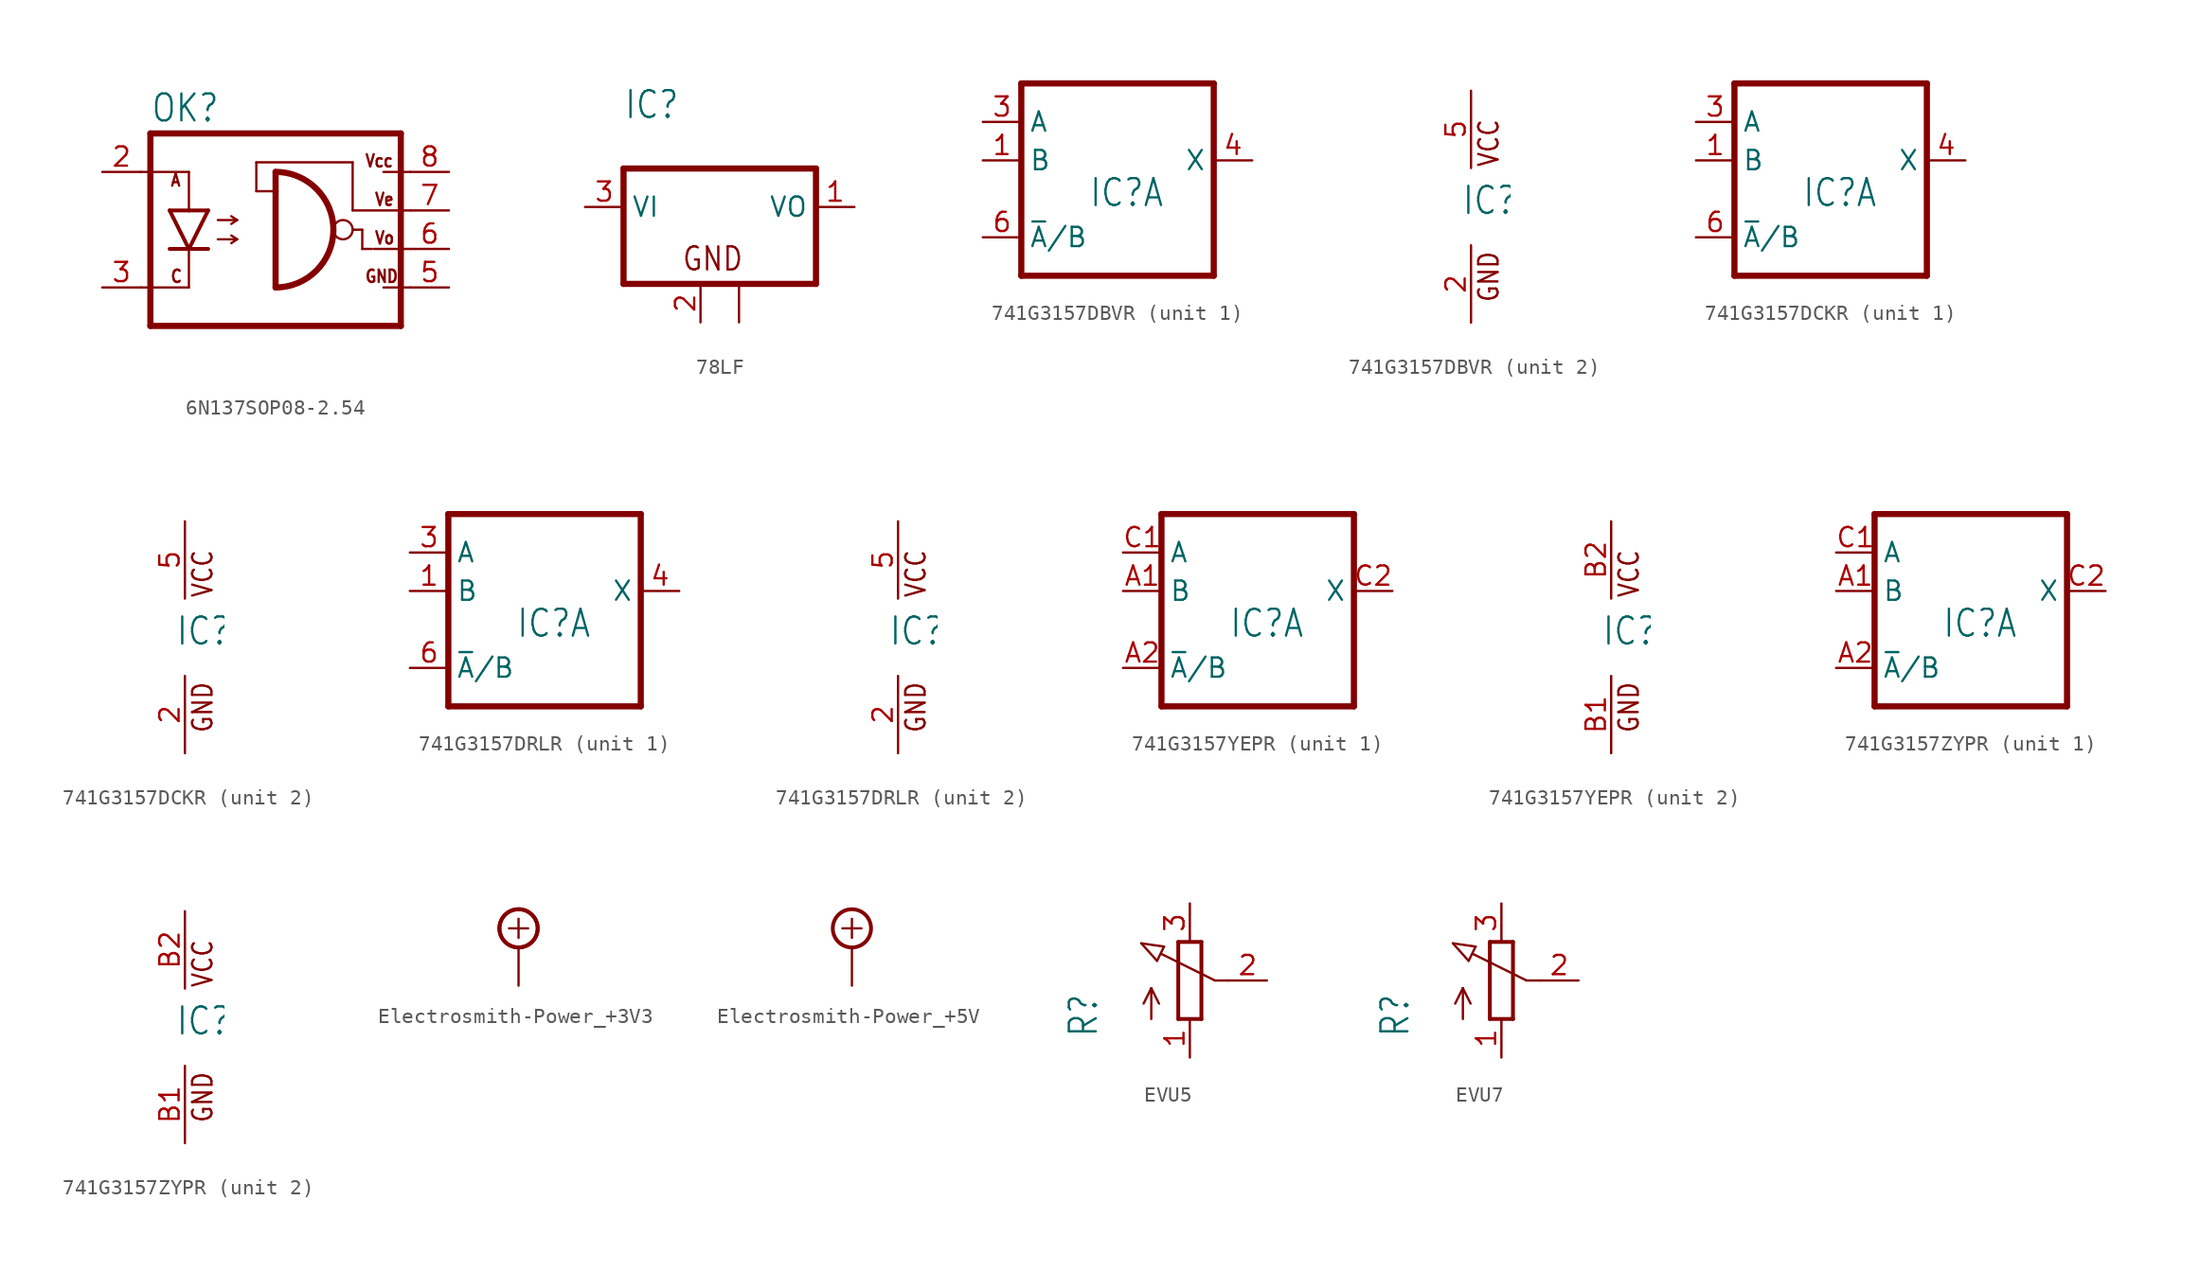
<source format=kicad_sym>
(kicad_symbol_lib
  (version 20231120)
  (generator "kicad_symbol_editor")
  (generator_version "8.0")
  (symbol "6N137SOP08-2.54"
    (property "Reference" "OK"
      (at -9.525 8.255 0)
      (effects (font (size 1.778 1.511)) (justify left bottom)))
    (property "Value" ""
      (at -9.525 -7.62 0)
      (effects (font (size 1.778 1.511)) (justify left bottom)))
    (property "ki_locked" ""
      (at 0 0 0)
      (effects (font (size 1.27 1.27))))
    (symbol "6N137SOP08-2.54_1_0"
      (arc (start -1.27 -2.54) (mid 2.54 1.27) (end -1.27 5.08) (stroke (width 0.4064) (type solid)) (fill (type none)))
      (polyline (pts (xy -10.16 -2.54) (xy -6.985 -2.54)) (stroke (width 0.152) (type solid)) (fill (type none)))
      (polyline (pts (xy -10.16 5.08) (xy -6.985 5.08)) (stroke (width 0.152) (type solid)) (fill (type none)))
      (polyline (pts (xy -9.525 7.62) (xy -9.525 -5.08)) (stroke (width 0.406) (type solid)) (fill (type none)))
      (polyline (pts (xy -6.985 -2.54) (xy -6.985 0)) (stroke (width 0.152) (type solid)) (fill (type none)))
      (polyline (pts (xy -6.985 0) (xy -8.255 0)) (stroke (width 0.254) (type solid)) (fill (type none)))
      (polyline (pts (xy -6.985 0) (xy -8.255 2.54)) (stroke (width 0.254) (type solid)) (fill (type none)))
      (polyline (pts (xy -6.985 2.54) (xy -8.255 2.54)) (stroke (width 0.254) (type solid)) (fill (type none)))
      (polyline (pts (xy -6.985 2.54) (xy -6.985 5.08)) (stroke (width 0.152) (type solid)) (fill (type none)))
      (polyline (pts (xy -5.715 0) (xy -6.985 0)) (stroke (width 0.254) (type solid)) (fill (type none)))
      (polyline (pts (xy -5.715 2.54) (xy -6.985 0)) (stroke (width 0.254) (type solid)) (fill (type none)))
      (polyline (pts (xy -5.715 2.54) (xy -6.985 2.54)) (stroke (width 0.254) (type solid)) (fill (type none)))
      (polyline (pts (xy -5.08 0.635) (xy -3.81 0.635)) (stroke (width 0.152) (type solid)) (fill (type none)))
      (polyline (pts (xy -5.08 1.905) (xy -3.81 1.905)) (stroke (width 0.152) (type solid)) (fill (type none)))
      (polyline (pts (xy -3.81 0.635) (xy -4.191 0.381)) (stroke (width 0.152) (type solid)) (fill (type none)))
      (polyline (pts (xy -3.81 0.635) (xy -4.191 0.889)) (stroke (width 0.152) (type solid)) (fill (type none)))
      (polyline (pts (xy -3.81 1.905) (xy -4.191 1.651)) (stroke (width 0.152) (type solid)) (fill (type none)))
      (polyline (pts (xy -3.81 1.905) (xy -4.191 2.159)) (stroke (width 0.152) (type solid)) (fill (type none)))
      (polyline (pts (xy -2.54 3.81) (xy -2.54 5.715)) (stroke (width 0.152) (type solid)) (fill (type none)))
      (polyline (pts (xy -2.54 5.715) (xy 3.81 5.715)) (stroke (width 0.152) (type solid)) (fill (type none)))
      (polyline (pts (xy -1.27 3.81) (xy -2.54 3.81)) (stroke (width 0.152) (type solid)) (fill (type none)))
      (polyline (pts (xy -1.27 3.81) (xy -1.27 -2.54)) (stroke (width 0.406) (type solid)) (fill (type none)))
      (polyline (pts (xy -1.27 5.08) (xy -1.27 3.81)) (stroke (width 0.406) (type solid)) (fill (type none)))
      (polyline (pts (xy 3.81 1.27) (xy 4.445 1.27)) (stroke (width 0.152) (type solid)) (fill (type none)))
      (polyline (pts (xy 3.81 2.54) (xy 7.62 2.54)) (stroke (width 0.152) (type solid)) (fill (type none)))
      (polyline (pts (xy 3.81 5.715) (xy 3.81 2.54)) (stroke (width 0.152) (type solid)) (fill (type none)))
      (polyline (pts (xy 4.445 0) (xy 5.08 0)) (stroke (width 0.152) (type solid)) (fill (type none)))
      (polyline (pts (xy 4.445 1.27) (xy 4.445 0)) (stroke (width 0.152) (type solid)) (fill (type none)))
      (polyline (pts (xy 5.207 0) (xy 7.62 0)) (stroke (width 0.152) (type solid)) (fill (type none)))
      (polyline (pts (xy 5.842 -2.54) (xy 7.62 -2.54)) (stroke (width 0.152) (type solid)) (fill (type none)))
      (polyline (pts (xy 5.842 5.08) (xy 7.62 5.08)) (stroke (width 0.152) (type solid)) (fill (type none)))
      (polyline (pts (xy 6.985 -5.08) (xy -9.525 -5.08)) (stroke (width 0.406) (type solid)) (fill (type none)))
      (polyline (pts (xy 6.985 7.62) (xy -9.525 7.62)) (stroke (width 0.406) (type solid)) (fill (type none)))
      (polyline (pts (xy 6.985 7.62) (xy 6.985 -5.08)) (stroke (width 0.406) (type solid)) (fill (type none)))
      (circle (center 3.175 1.27) (radius 0.635) (stroke (width 0.152) (type solid)) (fill (type none)))
      (text "A" (at -8.255 4.064 0) (effects (font (size 0.813 0.691)) (justify left bottom)))
      (text "C" (at -8.255 -2.286 0) (effects (font (size 0.813 0.691)) (justify left bottom)))
      (text "GND" (at 4.572 -2.286 0) (effects (font (size 0.813 0.691)) (justify left bottom)))
      (text "Vcc" (at 4.572 5.334 0) (effects (font (size 0.813 0.691)) (justify left bottom)))
      (text "Ve" (at 5.207 2.794 0) (effects (font (size 0.813 0.691)) (justify left bottom)))
      (text "Vo" (at 5.207 0.254 0) (effects (font (size 0.813 0.691)) (justify left bottom)))
      (pin passive line (at -12.7 5.08 0) (length 2.54) (name "A" (effects (font (size 0 0)))) (number "2" (effects (font (size 1.27 1.27)))))
      (pin passive line (at -12.7 -2.54 0) (length 2.54) (name "C" (effects (font (size 0 0)))) (number "3" (effects (font (size 1.27 1.27)))))
      (pin passive line (at 10.16 -2.54 180) (length 2.54) (name "GND" (effects (font (size 0 0)))) (number "5" (effects (font (size 1.27 1.27)))))
      (pin passive line (at 10.16 0 180) (length 2.54) (name "VO" (effects (font (size 0 0)))) (number "6" (effects (font (size 1.27 1.27)))))
      (pin passive line (at 10.16 2.54 180) (length 2.54) (name "VE" (effects (font (size 0 0)))) (number "7" (effects (font (size 1.27 1.27)))))
      (pin passive line (at 10.16 5.08 180) (length 2.54) (name "VCC" (effects (font (size 0 0)))) (number "8" (effects (font (size 1.27 1.27)))))))
  (symbol "78LF"
    (property "Reference" "IC"
      (at -5.08 5.715 0)
      (effects (font (size 1.778 1.511)) (justify left bottom)))
    (property "Value" ""
      (at -5.08 3.175 0)
      (effects (font (size 1.778 1.511)) (justify left bottom)))
    (property "ki_locked" ""
      (at 0 0 0)
      (effects (font (size 1.27 1.27))))
    (symbol "78LF_1_0"
      (polyline (pts (xy -5.08 -5.08) (xy 7.62 -5.08)) (stroke (width 0.406) (type solid)) (fill (type none)))
      (polyline (pts (xy -5.08 2.54) (xy -5.08 -5.08)) (stroke (width 0.406) (type solid)) (fill (type none)))
      (polyline (pts (xy 7.62 -5.08) (xy 7.62 2.54)) (stroke (width 0.406) (type solid)) (fill (type none)))
      (polyline (pts (xy 7.62 2.54) (xy -5.08 2.54)) (stroke (width 0.406) (type solid)) (fill (type none)))
      (text "GND" (at -1.27 -4.318 0) (effects (font (size 1.524 1.295)) (justify left bottom)))
      (pin passive line (at 10.16 0 180) (length 2.54) (name "VO" (effects (font (size 1.27 1.27)))) (number "1" (effects (font (size 1.27 1.27)))))
      (pin passive line (at 0 -7.62 90) (length 2.54) (name "GND" (effects (font (size 0 0)))) (number "2" (effects (font (size 1.27 1.27)))))
      (pin passive line (at 2.54 -7.62 90) (length 2.54) (name "GND@1" (effects (font (size 0 0)))) (number "2@1" (effects (font (size 0 0)))))
      (pin input line (at -7.62 0 0) (length 2.54) (name "VI" (effects (font (size 1.27 1.27)))) (number "3" (effects (font (size 1.27 1.27)))))))
  (symbol "741G3157DBVR"
    (property "Reference" "IC"
      (at -0.635 -0.635 0)
      (effects (font (size 1.778 1.511)) (justify left bottom)))
    (property "ki_locked" ""
      (at 0 0 0)
      (effects (font (size 1.27 1.27))))
    (symbol "741G3157DBVR_1_0"
      (polyline (pts (xy -5.08 -5.08) (xy 7.62 -5.08)) (stroke (width 0.406) (type solid)) (fill (type none)))
      (polyline (pts (xy -5.08 7.62) (xy -5.08 -5.08)) (stroke (width 0.406) (type solid)) (fill (type none)))
      (polyline (pts (xy 7.62 -5.08) (xy 7.62 7.62)) (stroke (width 0.406) (type solid)) (fill (type none)))
      (polyline (pts (xy 7.62 7.62) (xy -5.08 7.62)) (stroke (width 0.406) (type solid)) (fill (type none)))
      (pin bidirectional line (at -7.62 2.54 0) (length 2.54) (name "B" (effects (font (size 1.27 1.27)))) (number "1" (effects (font (size 1.27 1.27)))))
      (pin bidirectional line (at -7.62 5.08 0) (length 2.54) (name "A" (effects (font (size 1.27 1.27)))) (number "3" (effects (font (size 1.27 1.27)))))
      (pin bidirectional line (at 10.16 2.54 180) (length 2.54) (name "X" (effects (font (size 1.27 1.27)))) (number "4" (effects (font (size 1.27 1.27)))))
      (pin input line (at -7.62 -2.54 0) (length 2.54) (name "~{A}/B" (effects (font (size 1.27 1.27)))) (number "6" (effects (font (size 1.27 1.27))))))
    (symbol "741G3157DBVR_2_0"
      (text "GND" (at 1.905 -6.35 900) (effects (font (size 1.27 1.079)) (justify left bottom)))
      (text "VCC" (at 1.905 2.54 900) (effects (font (size 1.27 1.079)) (justify left bottom)))
      (pin power_in line (at 0 -7.62 90) (length 5.08) (name "GND" (effects (font (size 0 0)))) (number "2" (effects (font (size 1.27 1.27)))))
      (pin power_in line (at 0 7.62 270) (length 5.08) (name "VCC" (effects (font (size 0 0)))) (number "5" (effects (font (size 1.27 1.27)))))))
  (symbol "741G3157DCKR"
    (property "Reference" "IC"
      (at -0.635 -0.635 0)
      (effects (font (size 1.778 1.511)) (justify left bottom)))
    (property "ki_locked" ""
      (at 0 0 0)
      (effects (font (size 1.27 1.27))))
    (symbol "741G3157DCKR_1_0"
      (polyline (pts (xy -5.08 -5.08) (xy 7.62 -5.08)) (stroke (width 0.406) (type solid)) (fill (type none)))
      (polyline (pts (xy -5.08 7.62) (xy -5.08 -5.08)) (stroke (width 0.406) (type solid)) (fill (type none)))
      (polyline (pts (xy 7.62 -5.08) (xy 7.62 7.62)) (stroke (width 0.406) (type solid)) (fill (type none)))
      (polyline (pts (xy 7.62 7.62) (xy -5.08 7.62)) (stroke (width 0.406) (type solid)) (fill (type none)))
      (pin bidirectional line (at -7.62 2.54 0) (length 2.54) (name "B" (effects (font (size 1.27 1.27)))) (number "1" (effects (font (size 1.27 1.27)))))
      (pin bidirectional line (at -7.62 5.08 0) (length 2.54) (name "A" (effects (font (size 1.27 1.27)))) (number "3" (effects (font (size 1.27 1.27)))))
      (pin bidirectional line (at 10.16 2.54 180) (length 2.54) (name "X" (effects (font (size 1.27 1.27)))) (number "4" (effects (font (size 1.27 1.27)))))
      (pin input line (at -7.62 -2.54 0) (length 2.54) (name "~{A}/B" (effects (font (size 1.27 1.27)))) (number "6" (effects (font (size 1.27 1.27))))))
    (symbol "741G3157DCKR_2_0"
      (text "GND" (at 1.905 -6.35 900) (effects (font (size 1.27 1.079)) (justify left bottom)))
      (text "VCC" (at 1.905 2.54 900) (effects (font (size 1.27 1.079)) (justify left bottom)))
      (pin power_in line (at 0 -7.62 90) (length 5.08) (name "GND" (effects (font (size 0 0)))) (number "2" (effects (font (size 1.27 1.27)))))
      (pin power_in line (at 0 7.62 270) (length 5.08) (name "VCC" (effects (font (size 0 0)))) (number "5" (effects (font (size 1.27 1.27)))))))
  (symbol "741G3157DRLR"
    (property "Reference" "IC"
      (at -0.635 -0.635 0)
      (effects (font (size 1.778 1.511)) (justify left bottom)))
    (property "ki_locked" ""
      (at 0 0 0)
      (effects (font (size 1.27 1.27))))
    (symbol "741G3157DRLR_1_0"
      (polyline (pts (xy -5.08 -5.08) (xy 7.62 -5.08)) (stroke (width 0.406) (type solid)) (fill (type none)))
      (polyline (pts (xy -5.08 7.62) (xy -5.08 -5.08)) (stroke (width 0.406) (type solid)) (fill (type none)))
      (polyline (pts (xy 7.62 -5.08) (xy 7.62 7.62)) (stroke (width 0.406) (type solid)) (fill (type none)))
      (polyline (pts (xy 7.62 7.62) (xy -5.08 7.62)) (stroke (width 0.406) (type solid)) (fill (type none)))
      (pin bidirectional line (at -7.62 2.54 0) (length 2.54) (name "B" (effects (font (size 1.27 1.27)))) (number "1" (effects (font (size 1.27 1.27)))))
      (pin bidirectional line (at -7.62 5.08 0) (length 2.54) (name "A" (effects (font (size 1.27 1.27)))) (number "3" (effects (font (size 1.27 1.27)))))
      (pin bidirectional line (at 10.16 2.54 180) (length 2.54) (name "X" (effects (font (size 1.27 1.27)))) (number "4" (effects (font (size 1.27 1.27)))))
      (pin input line (at -7.62 -2.54 0) (length 2.54) (name "~{A}/B" (effects (font (size 1.27 1.27)))) (number "6" (effects (font (size 1.27 1.27))))))
    (symbol "741G3157DRLR_2_0"
      (text "GND" (at 1.905 -6.35 900) (effects (font (size 1.27 1.079)) (justify left bottom)))
      (text "VCC" (at 1.905 2.54 900) (effects (font (size 1.27 1.079)) (justify left bottom)))
      (pin power_in line (at 0 -7.62 90) (length 5.08) (name "GND" (effects (font (size 0 0)))) (number "2" (effects (font (size 1.27 1.27)))))
      (pin power_in line (at 0 7.62 270) (length 5.08) (name "VCC" (effects (font (size 0 0)))) (number "5" (effects (font (size 1.27 1.27)))))))
  (symbol "741G3157YEPR"
    (property "Reference" "IC"
      (at -0.635 -0.635 0)
      (effects (font (size 1.778 1.511)) (justify left bottom)))
    (property "ki_locked" ""
      (at 0 0 0)
      (effects (font (size 1.27 1.27))))
    (symbol "741G3157YEPR_1_0"
      (polyline (pts (xy -5.08 -5.08) (xy 7.62 -5.08)) (stroke (width 0.406) (type solid)) (fill (type none)))
      (polyline (pts (xy -5.08 7.62) (xy -5.08 -5.08)) (stroke (width 0.406) (type solid)) (fill (type none)))
      (polyline (pts (xy 7.62 -5.08) (xy 7.62 7.62)) (stroke (width 0.406) (type solid)) (fill (type none)))
      (polyline (pts (xy 7.62 7.62) (xy -5.08 7.62)) (stroke (width 0.406) (type solid)) (fill (type none)))
      (pin bidirectional line (at -7.62 2.54 0) (length 2.54) (name "B" (effects (font (size 1.27 1.27)))) (number "A1" (effects (font (size 1.27 1.27)))))
      (pin input line (at -7.62 -2.54 0) (length 2.54) (name "~{A}/B" (effects (font (size 1.27 1.27)))) (number "A2" (effects (font (size 1.27 1.27)))))
      (pin bidirectional line (at -7.62 5.08 0) (length 2.54) (name "A" (effects (font (size 1.27 1.27)))) (number "C1" (effects (font (size 1.27 1.27)))))
      (pin bidirectional line (at 10.16 2.54 180) (length 2.54) (name "X" (effects (font (size 1.27 1.27)))) (number "C2" (effects (font (size 1.27 1.27))))))
    (symbol "741G3157YEPR_2_0"
      (text "GND" (at 1.905 -6.35 900) (effects (font (size 1.27 1.079)) (justify left bottom)))
      (text "VCC" (at 1.905 2.54 900) (effects (font (size 1.27 1.079)) (justify left bottom)))
      (pin power_in line (at 0 -7.62 90) (length 5.08) (name "GND" (effects (font (size 0 0)))) (number "B1" (effects (font (size 1.27 1.27)))))
      (pin power_in line (at 0 7.62 270) (length 5.08) (name "VCC" (effects (font (size 0 0)))) (number "B2" (effects (font (size 1.27 1.27)))))))
  (symbol "741G3157ZYPR"
    (property "Reference" "IC"
      (at -0.635 -0.635 0)
      (effects (font (size 1.778 1.511)) (justify left bottom)))
    (property "ki_locked" ""
      (at 0 0 0)
      (effects (font (size 1.27 1.27))))
    (symbol "741G3157ZYPR_1_0"
      (polyline (pts (xy -5.08 -5.08) (xy 7.62 -5.08)) (stroke (width 0.406) (type solid)) (fill (type none)))
      (polyline (pts (xy -5.08 7.62) (xy -5.08 -5.08)) (stroke (width 0.406) (type solid)) (fill (type none)))
      (polyline (pts (xy 7.62 -5.08) (xy 7.62 7.62)) (stroke (width 0.406) (type solid)) (fill (type none)))
      (polyline (pts (xy 7.62 7.62) (xy -5.08 7.62)) (stroke (width 0.406) (type solid)) (fill (type none)))
      (pin bidirectional line (at -7.62 2.54 0) (length 2.54) (name "B" (effects (font (size 1.27 1.27)))) (number "A1" (effects (font (size 1.27 1.27)))))
      (pin input line (at -7.62 -2.54 0) (length 2.54) (name "~{A}/B" (effects (font (size 1.27 1.27)))) (number "A2" (effects (font (size 1.27 1.27)))))
      (pin bidirectional line (at -7.62 5.08 0) (length 2.54) (name "A" (effects (font (size 1.27 1.27)))) (number "C1" (effects (font (size 1.27 1.27)))))
      (pin bidirectional line (at 10.16 2.54 180) (length 2.54) (name "X" (effects (font (size 1.27 1.27)))) (number "C2" (effects (font (size 1.27 1.27))))))
    (symbol "741G3157ZYPR_2_0"
      (text "GND" (at 1.905 -6.35 900) (effects (font (size 1.27 1.079)) (justify left bottom)))
      (text "VCC" (at 1.905 2.54 900) (effects (font (size 1.27 1.079)) (justify left bottom)))
      (pin power_in line (at 0 -7.62 90) (length 5.08) (name "GND" (effects (font (size 0 0)))) (number "B1" (effects (font (size 1.27 1.27)))))
      (pin power_in line (at 0 7.62 270) (length 5.08) (name "VCC" (effects (font (size 0 0)))) (number "B2" (effects (font (size 1.27 1.27)))))))
  (symbol "Electrosmith-Power_+3V3"
    (power)
    (property "Reference" "#SUPPLY"
      (at 0 0 0)
      (effects (font (size 1.27 1.27)) (hide yes)))
    (property "Value" ""
      (at -1.905 5.715 0)
      (effects (font (size 1.778 1.511)) (justify left bottom)))
    (property "ki_locked" ""
      (at 0 0 0)
      (effects (font (size 1.27 1.27))))
    (symbol "Electrosmith-Power_+3V3_1_0"
      (polyline (pts (xy -0.635 3.81) (xy 0.635 3.81)) (stroke (width 0.152) (type solid)) (fill (type none)))
      (polyline (pts (xy 0 3.175) (xy 0 4.445)) (stroke (width 0.152) (type solid)) (fill (type none)))
      (circle (center 0 3.81) (radius 1.27) (stroke (width 0.254) (type solid)) (fill (type none)))
      (circle (center 0 3.81) (radius 1.27) (stroke (width 0.254) (type solid)) (fill (type none)))
      (pin power_in line (at 0 0 90) (length 2.54) (name "+3V3" (effects (font (size 0 0)))) (number "1" (effects (font (size 0 0)))))))
  (symbol "Electrosmith-Power_+5V"
    (power)
    (property "Reference" "#SUPPLY"
      (at 0 0 0)
      (effects (font (size 1.27 1.27)) (hide yes)))
    (property "Value" ""
      (at -1.905 3.175 0)
      (effects (font (size 1.778 1.511)) (justify left bottom)))
    (property "ki_locked" ""
      (at 0 0 0)
      (effects (font (size 1.27 1.27))))
    (symbol "Electrosmith-Power_+5V_1_0"
      (polyline (pts (xy -0.635 1.27) (xy 0.635 1.27)) (stroke (width 0.152) (type solid)) (fill (type none)))
      (polyline (pts (xy 0 0.635) (xy 0 1.905)) (stroke (width 0.152) (type solid)) (fill (type none)))
      (circle (center 0 1.27) (radius 1.27) (stroke (width 0.254) (type solid)) (fill (type none)))
      (pin power_in line (at 0 -2.54 90) (length 2.54) (name "+5V" (effects (font (size 0 0)))) (number "1" (effects (font (size 0 0)))))))
  (symbol "EVU5"
    (property "Reference" "R"
      (at -5.969 -3.81 90)
      (effects (font (size 1.778 1.511)) (justify left bottom)))
    (property "Value" ""
      (at -3.81 -3.81 90)
      (effects (font (size 1.778 1.511)) (justify left bottom)))
    (property "ki_locked" ""
      (at 0 0 0)
      (effects (font (size 1.27 1.27))))
    (symbol "EVU5_1_0"
      (polyline (pts (xy -3.199 2.45) (xy -1.702 2.235)) (stroke (width 0.152) (type solid)) (fill (type none)))
      (polyline (pts (xy -2.54 -2.54) (xy -2.54 -0.508)) (stroke (width 0.152) (type solid)) (fill (type none)))
      (polyline (pts (xy -2.54 -0.508) (xy -3.048 -1.524)) (stroke (width 0.152) (type solid)) (fill (type none)))
      (polyline (pts (xy -2.54 -0.508) (xy -2.032 -1.524)) (stroke (width 0.152) (type solid)) (fill (type none)))
      (polyline (pts (xy -2.16 1.294) (xy -3.199 2.45)) (stroke (width 0.152) (type solid)) (fill (type none)))
      (polyline (pts (xy -2.16 1.294) (xy -1.702 2.235)) (stroke (width 0.152) (type solid)) (fill (type none)))
      (polyline (pts (xy -0.762 -2.54) (xy 0.762 -2.54)) (stroke (width 0.254) (type solid)) (fill (type none)))
      (polyline (pts (xy -0.762 2.54) (xy -0.762 -2.54)) (stroke (width 0.254) (type solid)) (fill (type none)))
      (polyline (pts (xy 0.762 -2.54) (xy 0.762 2.54)) (stroke (width 0.254) (type solid)) (fill (type none)))
      (polyline (pts (xy 0.762 2.54) (xy -0.762 2.54)) (stroke (width 0.254) (type solid)) (fill (type none)))
      (polyline (pts (xy 1.651 0) (xy -1.88 1.753)) (stroke (width 0.152) (type solid)) (fill (type none)))
      (polyline (pts (xy 2.54 0) (xy 1.651 0)) (stroke (width 0.152) (type solid)) (fill (type none)))
      (pin passive line (at 0 -5.08 90) (length 2.54) (name "A" (effects (font (size 0 0)))) (number "1" (effects (font (size 1.27 1.27)))))
      (pin passive line (at 5.08 0 180) (length 2.54) (name "S" (effects (font (size 0 0)))) (number "2" (effects (font (size 1.27 1.27)))))
      (pin passive line (at 0 5.08 270) (length 2.54) (name "E" (effects (font (size 0 0)))) (number "3" (effects (font (size 1.27 1.27)))))))
  (symbol "EVU7"
    (property "Reference" "R"
      (at -5.969 -3.81 90)
      (effects (font (size 1.778 1.511)) (justify left bottom)))
    (property "Value" ""
      (at -3.81 -3.81 90)
      (effects (font (size 1.778 1.511)) (justify left bottom)))
    (property "ki_locked" ""
      (at 0 0 0)
      (effects (font (size 1.27 1.27))))
    (symbol "EVU7_1_0"
      (polyline (pts (xy -3.199 2.45) (xy -1.702 2.235)) (stroke (width 0.152) (type solid)) (fill (type none)))
      (polyline (pts (xy -2.54 -2.54) (xy -2.54 -0.508)) (stroke (width 0.152) (type solid)) (fill (type none)))
      (polyline (pts (xy -2.54 -0.508) (xy -3.048 -1.524)) (stroke (width 0.152) (type solid)) (fill (type none)))
      (polyline (pts (xy -2.54 -0.508) (xy -2.032 -1.524)) (stroke (width 0.152) (type solid)) (fill (type none)))
      (polyline (pts (xy -2.16 1.294) (xy -3.199 2.45)) (stroke (width 0.152) (type solid)) (fill (type none)))
      (polyline (pts (xy -2.16 1.294) (xy -1.702 2.235)) (stroke (width 0.152) (type solid)) (fill (type none)))
      (polyline (pts (xy -0.762 -2.54) (xy 0.762 -2.54)) (stroke (width 0.254) (type solid)) (fill (type none)))
      (polyline (pts (xy -0.762 2.54) (xy -0.762 -2.54)) (stroke (width 0.254) (type solid)) (fill (type none)))
      (polyline (pts (xy 0.762 -2.54) (xy 0.762 2.54)) (stroke (width 0.254) (type solid)) (fill (type none)))
      (polyline (pts (xy 0.762 2.54) (xy -0.762 2.54)) (stroke (width 0.254) (type solid)) (fill (type none)))
      (polyline (pts (xy 1.651 0) (xy -1.88 1.753)) (stroke (width 0.152) (type solid)) (fill (type none)))
      (polyline (pts (xy 2.54 0) (xy 1.651 0)) (stroke (width 0.152) (type solid)) (fill (type none)))
      (pin passive line (at 0 -5.08 90) (length 2.54) (name "A" (effects (font (size 0 0)))) (number "1" (effects (font (size 1.27 1.27)))))
      (pin passive line (at 5.08 0 180) (length 2.54) (name "S" (effects (font (size 0 0)))) (number "2" (effects (font (size 1.27 1.27)))))
      (pin passive line (at 0 5.08 270) (length 2.54) (name "E" (effects (font (size 0 0)))) (number "3" (effects (font (size 1.27 1.27))))))))
</source>
